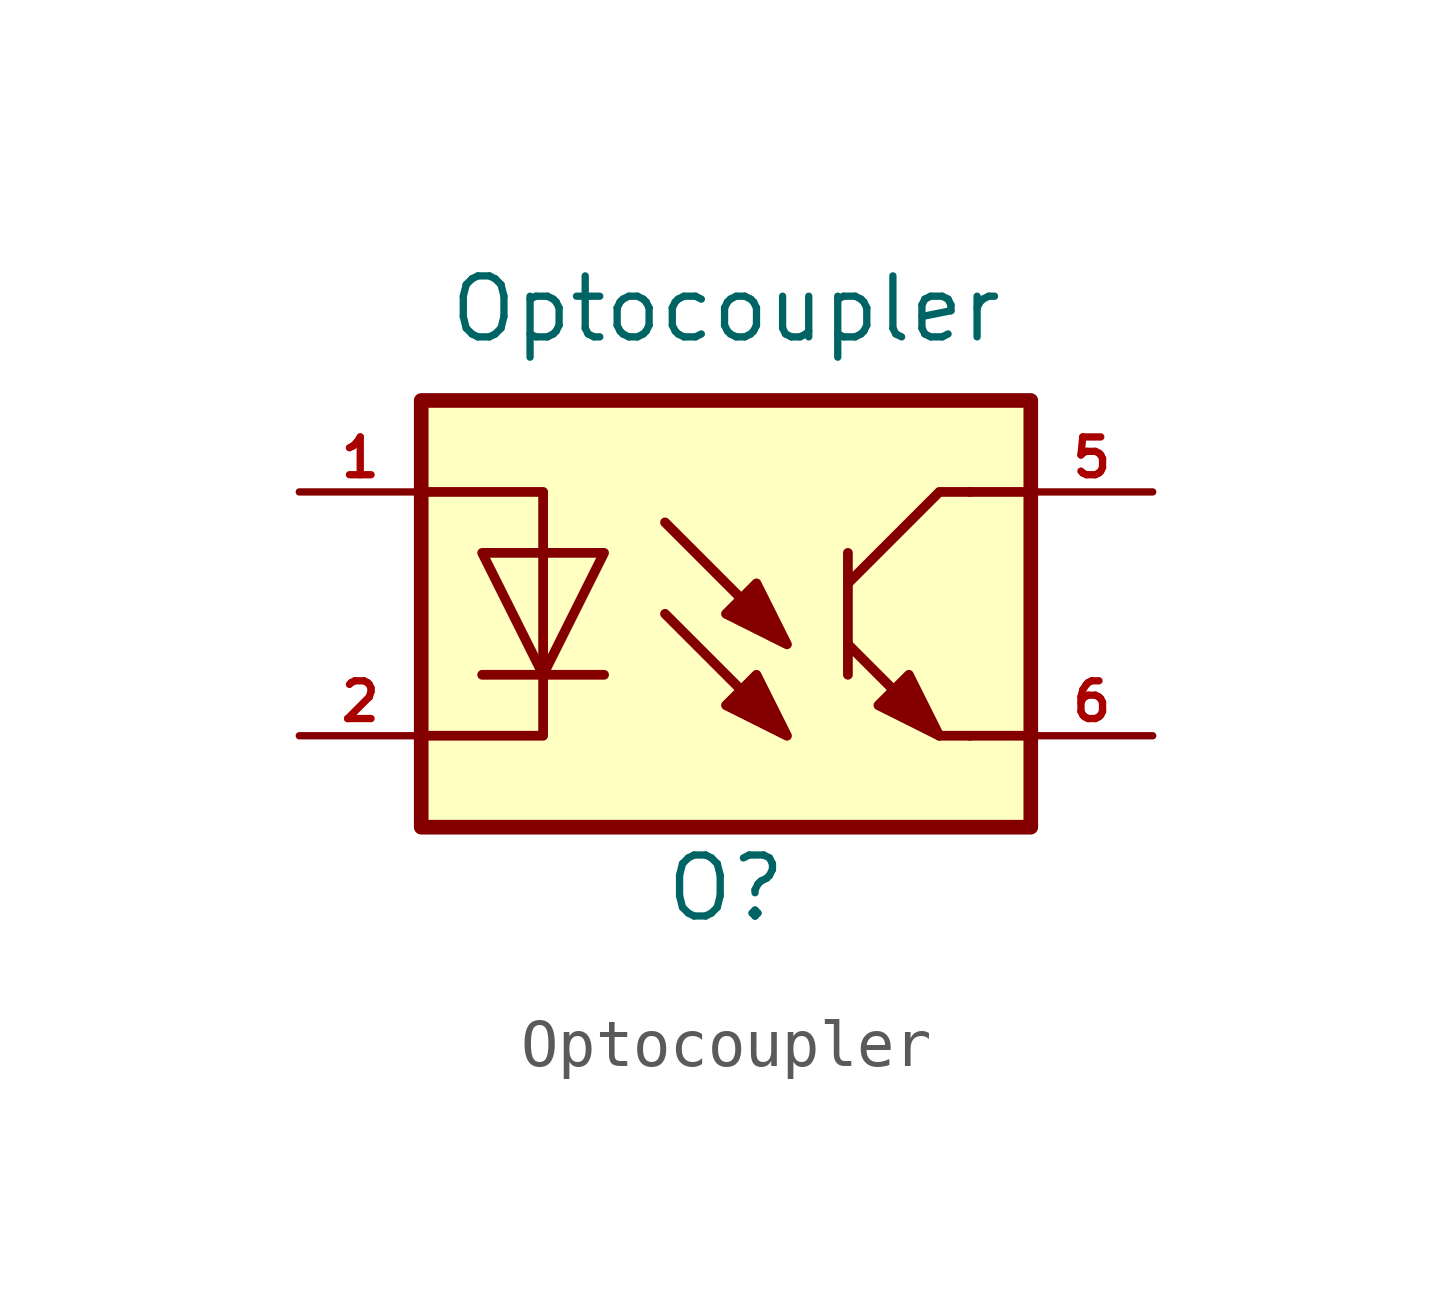
<source format=kicad_sym>
(kicad_symbol_lib
  (version 20220914)
  (generator kicad_symbol_editor)
  (symbol "Optocoupler"
    (pin_names
      (offset 1.016) hide)
    (property "Reference" "O"
      (at 0 -5.715 0)
      (effects (font (size 1.27 1.27))))
    (property "Value" "Optocoupler"
      (at 0 6.35 0)
      (effects (font (size 1.27 1.27))))
    (symbol "Optocoupler_0_1"
      (rectangle (start -6.35 4.445) (end 6.35 -4.445) (stroke (width 0.305) (type default)) (fill (type background)))
      (polyline (pts (xy 2.54 1.27) (xy 2.54 -1.27)) (stroke (width 0.203) (type default)) (fill (type none)))
      (polyline (pts (xy 5.08 -2.54) (xy 6.35 -2.54)) (stroke (width 0.203) (type default)) (fill (type none)))
      (polyline (pts (xy 6.35 2.54) (xy 5.08 2.54)) (stroke (width 0.203) (type default)) (fill (type none)))
      (polyline (pts (xy 5.08 -2.54) (xy 4.445 -2.54) (xy 2.54 -0.635)) (stroke (width 0.203) (type default)) (fill (type none)))
      (polyline (pts (xy 5.08 2.54) (xy 4.445 2.54) (xy 2.54 0.635)) (stroke (width 0.203) (type default)) (fill (type none)))
      (polyline (pts (xy -6.35 2.54) (xy -3.81 2.54) (xy -3.81 -2.54) (xy -6.35 -2.54)) (stroke (width 0.203) (type default)) (fill (type none)))
      (polyline (pts (xy 4.445 -2.54) (xy 3.81 -1.27) (xy 3.175 -1.905) (xy 4.445 -2.54)) (stroke (width 0.203) (type default)) (fill (type outline)))
      (polyline (pts (xy -1.27 0) (xy 1.27 -2.54) (xy 0.635 -1.27) (xy 0 -1.905) (xy 1.27 -2.54)) (stroke (width 0.203) (type default)) (fill (type outline)))
      (polyline (pts (xy -1.27 1.905) (xy 1.27 -0.635) (xy 0.635 0.635) (xy 0 0) (xy 1.27 -0.635)) (stroke (width 0.203) (type default)) (fill (type outline)))
      (polyline (pts (xy -5.08 -1.27) (xy -3.81 -1.27) (xy -5.08 1.27) (xy -2.54 1.27) (xy -3.81 -1.27) (xy -2.54 -1.27)) (stroke (width 0.203) (type default)) (fill (type none))))
    (symbol "Optocoupler_1_1"
      (pin input line (at -8.89 2.54 0) (length 2.54) (name "A" (effects (font (size 0.787 0.787)))) (number "1" (effects (font (size 0.787 0.787)))))
      (pin input line (at -8.89 -2.54 0) (length 2.54) (name "K" (effects (font (size 0.787 0.787)))) (number "2" (effects (font (size 0.787 0.787)))))
      (pin passive line (at 8.89 2.54 180) (length 2.54) (name "C" (effects (font (size 0.787 0.787)))) (number "5" (effects (font (size 0.787 0.787)))))
      (pin passive line (at 8.89 -2.54 180) (length 2.54) (name "E" (effects (font (size 0.787 0.787)))) (number "6" (effects (font (size 0.787 0.787))))))))
</source>
